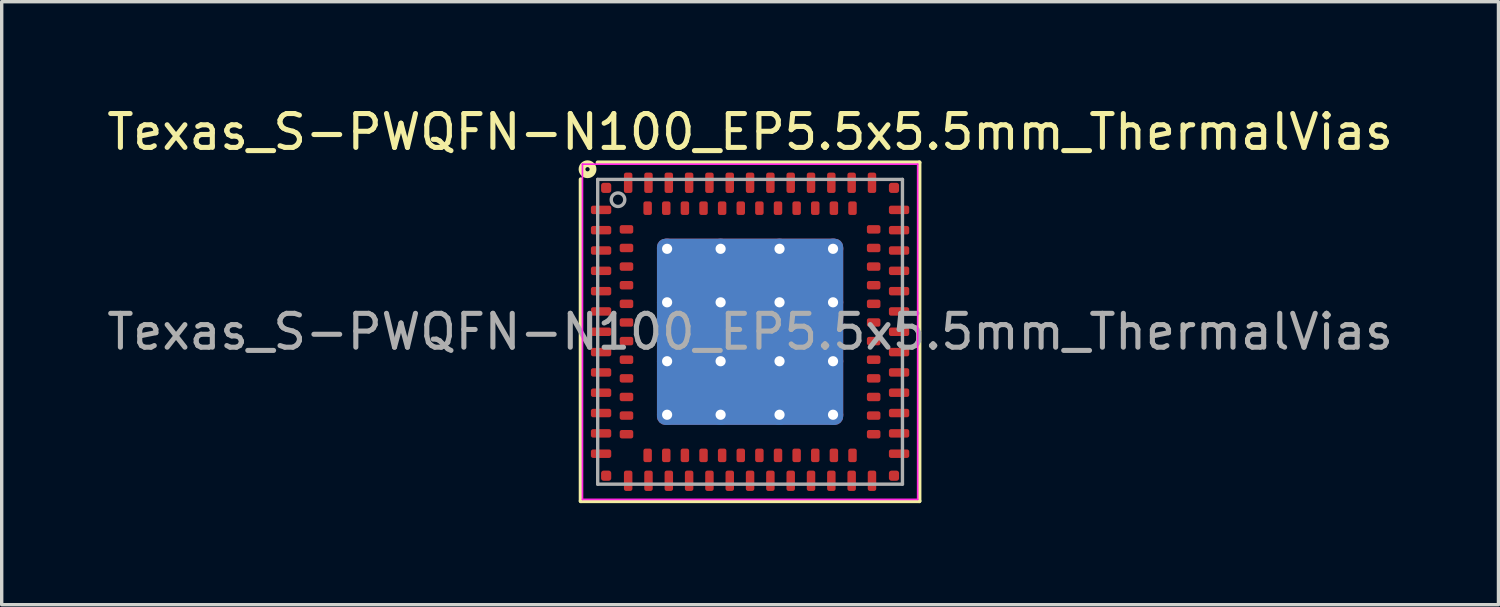
<source format=kicad_pcb>
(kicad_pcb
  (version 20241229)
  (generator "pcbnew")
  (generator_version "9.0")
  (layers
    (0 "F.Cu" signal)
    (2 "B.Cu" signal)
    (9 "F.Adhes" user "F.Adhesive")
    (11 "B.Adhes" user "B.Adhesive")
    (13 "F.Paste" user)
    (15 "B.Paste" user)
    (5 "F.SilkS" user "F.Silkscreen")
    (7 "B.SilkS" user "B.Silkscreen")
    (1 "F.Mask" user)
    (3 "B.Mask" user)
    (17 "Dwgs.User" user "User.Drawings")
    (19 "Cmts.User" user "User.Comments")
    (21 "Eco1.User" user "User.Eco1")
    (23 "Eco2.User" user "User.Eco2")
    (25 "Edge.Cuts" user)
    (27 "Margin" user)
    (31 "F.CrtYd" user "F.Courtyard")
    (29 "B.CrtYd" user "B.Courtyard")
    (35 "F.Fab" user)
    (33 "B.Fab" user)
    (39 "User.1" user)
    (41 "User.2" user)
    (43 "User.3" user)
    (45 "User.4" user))
  (footprint "Texas_S-PWQFN-N100_EP5.5x5.5mm_ThermalVias"
    (layer "F.Cu")
    (at 19.101 6.748)
    (property "Reference" "Texas_S-PWQFN-N100_EP5.5x5.5mm_ThermalVias" (at 0 -5.9 0) (layer "F.SilkS") (effects (font (size 1 1) (thickness 0.15))))
    (attr smd)
    (fp_line (start -5 5) (end -5 -4.5) (stroke (width 0.12) (type solid)) (layer "F.SilkS"))
    (fp_line (start -4.5 -5) (end 5 -5) (stroke (width 0.12) (type solid)) (layer "F.SilkS"))
    (fp_line (start 5 -5) (end 5 5) (stroke (width 0.12) (type solid)) (layer "F.SilkS"))
    (fp_line (start 5 5) (end -5 5) (stroke (width 0.12) (type solid)) (layer "F.SilkS"))
    (fp_circle (center -4.8 -4.8) (end -4.737 -4.8) (stroke (width 0.2) (type solid)) (fill no) (layer "F.SilkS"))
    (fp_line (start -4.95 -4.95) (end 4.95 -4.95) (stroke (width 0.05) (type solid)) (layer "F.CrtYd"))
    (fp_line (start -4.95 4.95) (end -4.95 -4.95) (stroke (width 0.05) (type solid)) (layer "F.CrtYd"))
    (fp_line (start 4.95 -4.95) (end 4.95 4.95) (stroke (width 0.05) (type solid)) (layer "F.CrtYd"))
    (fp_line (start 4.95 4.95) (end -4.95 4.95) (stroke (width 0.05) (type solid)) (layer "F.CrtYd"))
    (fp_line (start -4.5 -4.5) (end -4.5 4.5) (stroke (width 0.1) (type solid)) (layer "F.Fab"))
    (fp_line (start -4.5 -4.5) (end 4.5 -4.5) (stroke (width 0.1) (type solid)) (layer "F.Fab"))
    (fp_line (start -4.5 4.5) (end 4.5 4.5) (stroke (width 0.1) (type solid)) (layer "F.Fab"))
    (fp_line (start 4.5 -4.5) (end 4.5 4.5) (stroke (width 0.1) (type solid)) (layer "F.Fab"))
    (fp_circle (center -3.9 -3.9) (end -3.7 -3.9) (stroke (width 0.1) (type solid)) (fill no) (layer "F.Fab"))
    (fp_text user "${REFERENCE}" (at 0 0 0) (layer "F.Fab") (effects (font (size 1 1) (thickness 0.15))))
    (pad "" smd roundrect (at -1.66 -1.66) (size 1.5 1.5) (layers "F.Paste") (roundrect_rratio 0.167))
    (pad "" smd roundrect (at -1.66 0) (size 1.5 1.5) (layers "F.Paste") (roundrect_rratio 0.167))
    (pad "" smd roundrect (at -1.66 1.66) (size 1.5 1.5) (layers "F.Paste") (roundrect_rratio 0.167))
    (pad "" smd roundrect (at 0 -1.66) (size 1.5 1.5) (layers "F.Paste") (roundrect_rratio 0.167))
    (pad "" smd roundrect (at 0 0) (size 1.5 1.5) (layers "F.Paste") (roundrect_rratio 0.167))
    (pad "" smd roundrect (at 0 1.66) (size 1.5 1.5) (layers "F.Paste") (roundrect_rratio 0.167))
    (pad "" smd roundrect (at 1.66 -1.66) (size 1.5 1.5) (layers "F.Paste") (roundrect_rratio 0.167))
    (pad "" smd roundrect (at 1.66 0) (size 1.5 1.5) (layers "F.Paste") (roundrect_rratio 0.167))
    (pad "" smd roundrect (at 1.66 1.66) (size 1.5 1.5) (layers "F.Paste") (roundrect_rratio 0.167))
    (pad "A1" smd roundrect (at -4.4 -3.6 90) (size 0.25 0.6) (layers "F.Cu" "F.Mask" "F.Paste") (roundrect_rratio 0.25))
    (pad "A2" smd roundrect (at -4.4 -3 90) (size 0.25 0.6) (layers "F.Cu" "F.Mask" "F.Paste") (roundrect_rratio 0.25))
    (pad "A3" smd roundrect (at -4.4 -2.4 90) (size 0.25 0.6) (layers "F.Cu" "F.Mask" "F.Paste") (roundrect_rratio 0.25))
    (pad "A4" smd roundrect (at -4.4 -1.8 90) (size 0.25 0.6) (layers "F.Cu" "F.Mask" "F.Paste") (roundrect_rratio 0.25))
    (pad "A5" smd roundrect (at -4.4 -1.2 90) (size 0.25 0.6) (layers "F.Cu" "F.Mask" "F.Paste") (roundrect_rratio 0.25))
    (pad "A6" smd roundrect (at -4.4 -0.6 90) (size 0.25 0.6) (layers "F.Cu" "F.Mask" "F.Paste") (roundrect_rratio 0.25))
    (pad "A7" smd roundrect (at -4.4 0 90) (size 0.25 0.6) (layers "F.Cu" "F.Mask" "F.Paste") (roundrect_rratio 0.25))
    (pad "A8" smd roundrect (at -4.4 0.6 90) (size 0.25 0.6) (layers "F.Cu" "F.Mask" "F.Paste") (roundrect_rratio 0.25))
    (pad "A9" smd roundrect (at -4.4 1.2 90) (size 0.25 0.6) (layers "F.Cu" "F.Mask" "F.Paste") (roundrect_rratio 0.25))
    (pad "A10" smd roundrect (at -4.4 1.8 90) (size 0.25 0.6) (layers "F.Cu" "F.Mask" "F.Paste") (roundrect_rratio 0.25))
    (pad "A11" smd roundrect (at -4.4 2.4 90) (size 0.25 0.6) (layers "F.Cu" "F.Mask" "F.Paste") (roundrect_rratio 0.25))
    (pad "A12" smd roundrect (at -4.4 3 90) (size 0.25 0.6) (layers "F.Cu" "F.Mask" "F.Paste") (roundrect_rratio 0.25))
    (pad "A13" smd roundrect (at -4.4 3.6 90) (size 0.25 0.6) (layers "F.Cu" "F.Mask" "F.Paste") (roundrect_rratio 0.25))
    (pad "A14" smd roundrect (at -3.6 4.4) (size 0.25 0.6) (layers "F.Cu" "F.Mask" "F.Paste") (roundrect_rratio 0.25))
    (pad "A15" smd roundrect (at -3 4.4) (size 0.25 0.6) (layers "F.Cu" "F.Mask" "F.Paste") (roundrect_rratio 0.25))
    (pad "A16" smd roundrect (at -2.4 4.4) (size 0.25 0.6) (layers "F.Cu" "F.Mask" "F.Paste") (roundrect_rratio 0.25))
    (pad "A17" smd roundrect (at -1.8 4.4) (size 0.25 0.6) (layers "F.Cu" "F.Mask" "F.Paste") (roundrect_rratio 0.25))
    (pad "A18" smd roundrect (at -1.2 4.4) (size 0.25 0.6) (layers "F.Cu" "F.Mask" "F.Paste") (roundrect_rratio 0.25))
    (pad "A19" smd roundrect (at -0.6 4.4) (size 0.25 0.6) (layers "F.Cu" "F.Mask" "F.Paste") (roundrect_rratio 0.25))
    (pad "A20" smd roundrect (at 0 4.4) (size 0.25 0.6) (layers "F.Cu" "F.Mask" "F.Paste") (roundrect_rratio 0.25))
    (pad "A21" smd roundrect (at 0.6 4.4) (size 0.25 0.6) (layers "F.Cu" "F.Mask" "F.Paste") (roundrect_rratio 0.25))
    (pad "A22" smd roundrect (at 1.2 4.4) (size 0.25 0.6) (layers "F.Cu" "F.Mask" "F.Paste") (roundrect_rratio 0.25))
    (pad "A23" smd roundrect (at 1.8 4.4) (size 0.25 0.6) (layers "F.Cu" "F.Mask" "F.Paste") (roundrect_rratio 0.25))
    (pad "A24" smd roundrect (at 2.4 4.4) (size 0.25 0.6) (layers "F.Cu" "F.Mask" "F.Paste") (roundrect_rratio 0.25))
    (pad "A25" smd roundrect (at 3 4.4) (size 0.25 0.6) (layers "F.Cu" "F.Mask" "F.Paste") (roundrect_rratio 0.25))
    (pad "A26" smd roundrect (at 3.6 4.4) (size 0.25 0.6) (layers "F.Cu" "F.Mask" "F.Paste") (roundrect_rratio 0.25))
    (pad "A27" smd roundrect (at 4.4 3.6 90) (size 0.25 0.6) (layers "F.Cu" "F.Mask" "F.Paste") (roundrect_rratio 0.25))
    (pad "A28" smd roundrect (at 4.4 3 90) (size 0.25 0.6) (layers "F.Cu" "F.Mask" "F.Paste") (roundrect_rratio 0.25))
    (pad "A29" smd roundrect (at 4.4 2.4 90) (size 0.25 0.6) (layers "F.Cu" "F.Mask" "F.Paste") (roundrect_rratio 0.25))
    (pad "A30" smd roundrect (at 4.4 1.8 90) (size 0.25 0.6) (layers "F.Cu" "F.Mask" "F.Paste") (roundrect_rratio 0.25))
    (pad "A31" smd roundrect (at 4.4 1.2 90) (size 0.25 0.6) (layers "F.Cu" "F.Mask" "F.Paste") (roundrect_rratio 0.25))
    (pad "A32" smd roundrect (at 4.4 0.6 90) (size 0.25 0.6) (layers "F.Cu" "F.Mask" "F.Paste") (roundrect_rratio 0.25))
    (pad "A33" smd roundrect (at 4.4 0 90) (size 0.25 0.6) (layers "F.Cu" "F.Mask" "F.Paste") (roundrect_rratio 0.25))
    (pad "A34" smd roundrect (at 4.4 -0.6 90) (size 0.25 0.6) (layers "F.Cu" "F.Mask" "F.Paste") (roundrect_rratio 0.25))
    (pad "A35" smd roundrect (at 4.4 -1.2 90) (size 0.25 0.6) (layers "F.Cu" "F.Mask" "F.Paste") (roundrect_rratio 0.25))
    (pad "A36" smd roundrect (at 4.4 -1.8 90) (size 0.25 0.6) (layers "F.Cu" "F.Mask" "F.Paste") (roundrect_rratio 0.25))
    (pad "A37" smd roundrect (at 4.4 -2.4 90) (size 0.25 0.6) (layers "F.Cu" "F.Mask" "F.Paste") (roundrect_rratio 0.25))
    (pad "A38" smd roundrect (at 4.4 -3 90) (size 0.25 0.6) (layers "F.Cu" "F.Mask" "F.Paste") (roundrect_rratio 0.25))
    (pad "A39" smd roundrect (at 4.4 -3.6 90) (size 0.25 0.6) (layers "F.Cu" "F.Mask" "F.Paste") (roundrect_rratio 0.25))
    (pad "A40" smd roundrect (at 3.6 -4.4) (size 0.25 0.6) (layers "F.Cu" "F.Mask" "F.Paste") (roundrect_rratio 0.25))
    (pad "A41" smd roundrect (at 3 -4.4) (size 0.25 0.6) (layers "F.Cu" "F.Mask" "F.Paste") (roundrect_rratio 0.25))
    (pad "A42" smd roundrect (at 2.4 -4.4) (size 0.25 0.6) (layers "F.Cu" "F.Mask" "F.Paste") (roundrect_rratio 0.25))
    (pad "A43" smd roundrect (at 1.8 -4.4) (size 0.25 0.6) (layers "F.Cu" "F.Mask" "F.Paste") (roundrect_rratio 0.25))
    (pad "A44" smd roundrect (at 1.2 -4.4) (size 0.25 0.6) (layers "F.Cu" "F.Mask" "F.Paste") (roundrect_rratio 0.25))
    (pad "A45" smd roundrect (at 0.6 -4.4) (size 0.25 0.6) (layers "F.Cu" "F.Mask" "F.Paste") (roundrect_rratio 0.25))
    (pad "A46" smd roundrect (at 0 -4.4) (size 0.25 0.6) (layers "F.Cu" "F.Mask" "F.Paste") (roundrect_rratio 0.25))
    (pad "A47" smd roundrect (at -0.6 -4.4) (size 0.25 0.6) (layers "F.Cu" "F.Mask" "F.Paste") (roundrect_rratio 0.25))
    (pad "A48" smd roundrect (at -1.2 -4.4) (size 0.25 0.6) (layers "F.Cu" "F.Mask" "F.Paste") (roundrect_rratio 0.25))
    (pad "A49" smd roundrect (at -1.8 -4.4) (size 0.25 0.6) (layers "F.Cu" "F.Mask" "F.Paste") (roundrect_rratio 0.25))
    (pad "A50" smd roundrect (at -2.4 -4.4) (size 0.25 0.6) (layers "F.Cu" "F.Mask" "F.Paste") (roundrect_rratio 0.25))
    (pad "A51" smd roundrect (at -3 -4.4) (size 0.25 0.6) (layers "F.Cu" "F.Mask" "F.Paste") (roundrect_rratio 0.25))
    (pad "A52" smd roundrect (at -3.6 -4.4) (size 0.25 0.6) (layers "F.Cu" "F.Mask" "F.Paste") (roundrect_rratio 0.25))
    (pad "A53" thru_hole circle (at -2.45 -2.45) (size 0.6 0.6) (drill 0.3) (property pad_prop_heatsink) (layers "*.Cu"))
    (pad "A53" thru_hole circle (at -2.45 -0.87) (size 0.6 0.6) (drill 0.3) (property pad_prop_heatsink) (layers "*.Cu"))
    (pad "A53" thru_hole circle (at -2.45 0.87) (size 0.6 0.6) (drill 0.3) (property pad_prop_heatsink) (layers "*.Cu"))
    (pad "A53" thru_hole circle (at -2.45 2.45) (size 0.6 0.6) (drill 0.3) (property pad_prop_heatsink) (layers "*.Cu"))
    (pad "A53" thru_hole circle (at -0.87 -2.45) (size 0.6 0.6) (drill 0.3) (property pad_prop_heatsink) (layers "*.Cu"))
    (pad "A53" thru_hole circle (at -0.87 -0.87) (size 0.6 0.6) (drill 0.3) (property pad_prop_heatsink) (layers "*.Cu"))
    (pad "A53" thru_hole circle (at -0.87 0.87) (size 0.6 0.6) (drill 0.3) (property pad_prop_heatsink) (layers "*.Cu"))
    (pad "A53" thru_hole circle (at -0.87 2.45) (size 0.6 0.6) (drill 0.3) (property pad_prop_heatsink) (layers "*.Cu"))
    (pad "A53" smd roundrect (at 0 0) (size 5.5 5.5) (layers "F.Cu" "F.Mask") (roundrect_rratio 0.045))
    (pad "A53" smd roundrect (at 0 0) (size 5.5 5.5) (layers "B.Cu" "B.Mask") (roundrect_rratio 0.045))
    (pad "A53" thru_hole circle (at 0.87 -2.45) (size 0.6 0.6) (drill 0.3) (property pad_prop_heatsink) (layers "*.Cu"))
    (pad "A53" thru_hole circle (at 0.87 -0.87) (size 0.6 0.6) (drill 0.3) (property pad_prop_heatsink) (layers "*.Cu"))
    (pad "A53" thru_hole circle (at 0.87 0.87) (size 0.6 0.6) (drill 0.3) (property pad_prop_heatsink) (layers "*.Cu"))
    (pad "A53" thru_hole circle (at 0.87 2.45) (size 0.6 0.6) (drill 0.3) (property pad_prop_heatsink) (layers "*.Cu"))
    (pad "A53" thru_hole circle (at 2.45 -2.45) (size 0.6 0.6) (drill 0.3) (property pad_prop_heatsink) (layers "*.Cu"))
    (pad "A53" thru_hole circle (at 2.45 -0.87) (size 0.6 0.6) (drill 0.3) (property pad_prop_heatsink) (layers "*.Cu"))
    (pad "A53" thru_hole circle (at 2.45 0.87) (size 0.6 0.6) (drill 0.3) (property pad_prop_heatsink) (layers "*.Cu"))
    (pad "A53" thru_hole circle (at 2.45 2.45) (size 0.6 0.6) (drill 0.3) (property pad_prop_heatsink) (layers "*.Cu"))
    (pad "B1" smd roundrect (at -3.65 -3.025 90) (size 0.25 0.4) (layers "F.Cu" "F.Mask" "F.Paste") (roundrect_rratio 0.25))
    (pad "B2" smd roundrect (at -3.65 -2.475 90) (size 0.25 0.4) (layers "F.Cu" "F.Mask" "F.Paste") (roundrect_rratio 0.25))
    (pad "B3" smd roundrect (at -3.65 -1.925 90) (size 0.25 0.4) (layers "F.Cu" "F.Mask" "F.Paste") (roundrect_rratio 0.25))
    (pad "B4" smd roundrect (at -3.65 -1.375 90) (size 0.25 0.4) (layers "F.Cu" "F.Mask" "F.Paste") (roundrect_rratio 0.25))
    (pad "B5" smd roundrect (at -3.65 -0.825 90) (size 0.25 0.4) (layers "F.Cu" "F.Mask" "F.Paste") (roundrect_rratio 0.25))
    (pad "B6" smd roundrect (at -3.65 -0.275 90) (size 0.25 0.4) (layers "F.Cu" "F.Mask" "F.Paste") (roundrect_rratio 0.25))
    (pad "B7" smd roundrect (at -3.65 0.275 90) (size 0.25 0.4) (layers "F.Cu" "F.Mask" "F.Paste") (roundrect_rratio 0.25))
    (pad "B8" smd roundrect (at -3.65 0.825 90) (size 0.25 0.4) (layers "F.Cu" "F.Mask" "F.Paste") (roundrect_rratio 0.25))
    (pad "B9" smd roundrect (at -3.65 1.375 90) (size 0.25 0.4) (layers "F.Cu" "F.Mask" "F.Paste") (roundrect_rratio 0.25))
    (pad "B10" smd roundrect (at -3.65 1.925 90) (size 0.25 0.4) (layers "F.Cu" "F.Mask" "F.Paste") (roundrect_rratio 0.25))
    (pad "B11" smd roundrect (at -3.65 2.475 90) (size 0.25 0.4) (layers "F.Cu" "F.Mask" "F.Paste") (roundrect_rratio 0.25))
    (pad "B12" smd roundrect (at -3.65 3.025 90) (size 0.25 0.4) (layers "F.Cu" "F.Mask" "F.Paste") (roundrect_rratio 0.25))
    (pad "B13" smd roundrect (at -3.025 3.65) (size 0.25 0.4) (layers "F.Cu" "F.Mask" "F.Paste") (roundrect_rratio 0.25))
    (pad "B14" smd roundrect (at -2.475 3.65) (size 0.25 0.4) (layers "F.Cu" "F.Mask" "F.Paste") (roundrect_rratio 0.25))
    (pad "B15" smd roundrect (at -1.925 3.65) (size 0.25 0.4) (layers "F.Cu" "F.Mask" "F.Paste") (roundrect_rratio 0.25))
    (pad "B16" smd roundrect (at -1.375 3.65) (size 0.25 0.4) (layers "F.Cu" "F.Mask" "F.Paste") (roundrect_rratio 0.25))
    (pad "B17" smd roundrect (at -0.825 3.65) (size 0.25 0.4) (layers "F.Cu" "F.Mask" "F.Paste") (roundrect_rratio 0.25))
    (pad "B18" smd roundrect (at -0.275 3.65) (size 0.25 0.4) (layers "F.Cu" "F.Mask" "F.Paste") (roundrect_rratio 0.25))
    (pad "B19" smd roundrect (at 0.275 3.65) (size 0.25 0.4) (layers "F.Cu" "F.Mask" "F.Paste") (roundrect_rratio 0.25))
    (pad "B20" smd roundrect (at 0.825 3.65) (size 0.25 0.4) (layers "F.Cu" "F.Mask" "F.Paste") (roundrect_rratio 0.25))
    (pad "B21" smd roundrect (at 1.375 3.65) (size 0.25 0.4) (layers "F.Cu" "F.Mask" "F.Paste") (roundrect_rratio 0.25))
    (pad "B22" smd roundrect (at 1.925 3.65) (size 0.25 0.4) (layers "F.Cu" "F.Mask" "F.Paste") (roundrect_rratio 0.25))
    (pad "B23" smd roundrect (at 2.475 3.65) (size 0.25 0.4) (layers "F.Cu" "F.Mask" "F.Paste") (roundrect_rratio 0.25))
    (pad "B24" smd roundrect (at 3.025 3.65) (size 0.25 0.4) (layers "F.Cu" "F.Mask" "F.Paste") (roundrect_rratio 0.25))
    (pad "B25" smd roundrect (at 3.65 3.025 90) (size 0.25 0.4) (layers "F.Cu" "F.Mask" "F.Paste") (roundrect_rratio 0.25))
    (pad "B26" smd roundrect (at 3.65 2.475 90) (size 0.25 0.4) (layers "F.Cu" "F.Mask" "F.Paste") (roundrect_rratio 0.25))
    (pad "B27" smd roundrect (at 3.65 1.925 90) (size 0.25 0.4) (layers "F.Cu" "F.Mask" "F.Paste") (roundrect_rratio 0.25))
    (pad "B28" smd roundrect (at 3.65 1.375 90) (size 0.25 0.4) (layers "F.Cu" "F.Mask" "F.Paste") (roundrect_rratio 0.25))
    (pad "B29" smd roundrect (at 3.65 0.825 90) (size 0.25 0.4) (layers "F.Cu" "F.Mask" "F.Paste") (roundrect_rratio 0.25))
    (pad "B30" smd roundrect (at 3.65 0.275 90) (size 0.25 0.4) (layers "F.Cu" "F.Mask" "F.Paste") (roundrect_rratio 0.25))
    (pad "B31" smd roundrect (at 3.65 -0.275 90) (size 0.25 0.4) (layers "F.Cu" "F.Mask" "F.Paste") (roundrect_rratio 0.25))
    (pad "B32" smd roundrect (at 3.65 -0.825 90) (size 0.25 0.4) (layers "F.Cu" "F.Mask" "F.Paste") (roundrect_rratio 0.25))
    (pad "B33" smd roundrect (at 3.65 -1.375 90) (size 0.25 0.4) (layers "F.Cu" "F.Mask" "F.Paste") (roundrect_rratio 0.25))
    (pad "B34" smd roundrect (at 3.65 -1.925 90) (size 0.25 0.4) (layers "F.Cu" "F.Mask" "F.Paste") (roundrect_rratio 0.25))
    (pad "B35" smd roundrect (at 3.65 -2.475 90) (size 0.25 0.4) (layers "F.Cu" "F.Mask" "F.Paste") (roundrect_rratio 0.25))
    (pad "B36" smd roundrect (at 3.65 -3.025 90) (size 0.25 0.4) (layers "F.Cu" "F.Mask" "F.Paste") (roundrect_rratio 0.25))
    (pad "B37" smd roundrect (at 3.025 -3.65) (size 0.25 0.4) (layers "F.Cu" "F.Mask" "F.Paste") (roundrect_rratio 0.25))
    (pad "B38" smd roundrect (at 2.475 -3.65) (size 0.25 0.4) (layers "F.Cu" "F.Mask" "F.Paste") (roundrect_rratio 0.25))
    (pad "B39" smd roundrect (at 1.925 -3.65) (size 0.25 0.4) (layers "F.Cu" "F.Mask" "F.Paste") (roundrect_rratio 0.25))
    (pad "B40" smd roundrect (at 1.375 -3.65) (size 0.25 0.4) (layers "F.Cu" "F.Mask" "F.Paste") (roundrect_rratio 0.25))
    (pad "B41" smd roundrect (at 0.825 -3.65) (size 0.25 0.4) (layers "F.Cu" "F.Mask" "F.Paste") (roundrect_rratio 0.25))
    (pad "B42" smd roundrect (at 0.275 -3.65) (size 0.25 0.4) (layers "F.Cu" "F.Mask" "F.Paste") (roundrect_rratio 0.25))
    (pad "B43" smd roundrect (at -0.275 -3.65) (size 0.25 0.4) (layers "F.Cu" "F.Mask" "F.Paste") (roundrect_rratio 0.25))
    (pad "B44" smd roundrect (at -0.825 -3.65) (size 0.25 0.4) (layers "F.Cu" "F.Mask" "F.Paste") (roundrect_rratio 0.25))
    (pad "B45" smd roundrect (at -1.375 -3.65) (size 0.25 0.4) (layers "F.Cu" "F.Mask" "F.Paste") (roundrect_rratio 0.25))
    (pad "B46" smd roundrect (at -1.925 -3.65) (size 0.25 0.4) (layers "F.Cu" "F.Mask" "F.Paste") (roundrect_rratio 0.25))
    (pad "B47" smd roundrect (at -2.475 -3.65) (size 0.25 0.4) (layers "F.Cu" "F.Mask" "F.Paste") (roundrect_rratio 0.25))
    (pad "B48" smd roundrect (at -3.025 -3.65) (size 0.25 0.4) (layers "F.Cu" "F.Mask" "F.Paste") (roundrect_rratio 0.25))
    (pad "C1" smd roundrect (at -4.25 -4.25) (size 0.3 0.3) (layers "F.Cu" "F.Mask" "F.Paste") (roundrect_rratio 0.25))
    (pad "C2" smd roundrect (at -4.25 4.25) (size 0.3 0.3) (layers "F.Cu" "F.Mask" "F.Paste") (roundrect_rratio 0.25))
    (pad "C3" smd roundrect (at 4.25 4.25) (size 0.3 0.3) (layers "F.Cu" "F.Mask" "F.Paste") (roundrect_rratio 0.25))
    (pad "C4" smd roundrect (at 4.25 -4.25) (size 0.3 0.3) (layers "F.Cu" "F.Mask" "F.Paste") (roundrect_rratio 0.25)))
  (gr_rect
    (start -3 -3)
    (end 41.202 14.808)
    (stroke (width 0.1) (type default))
    (fill no)
    (layer "Edge.Cuts")))
</source>
